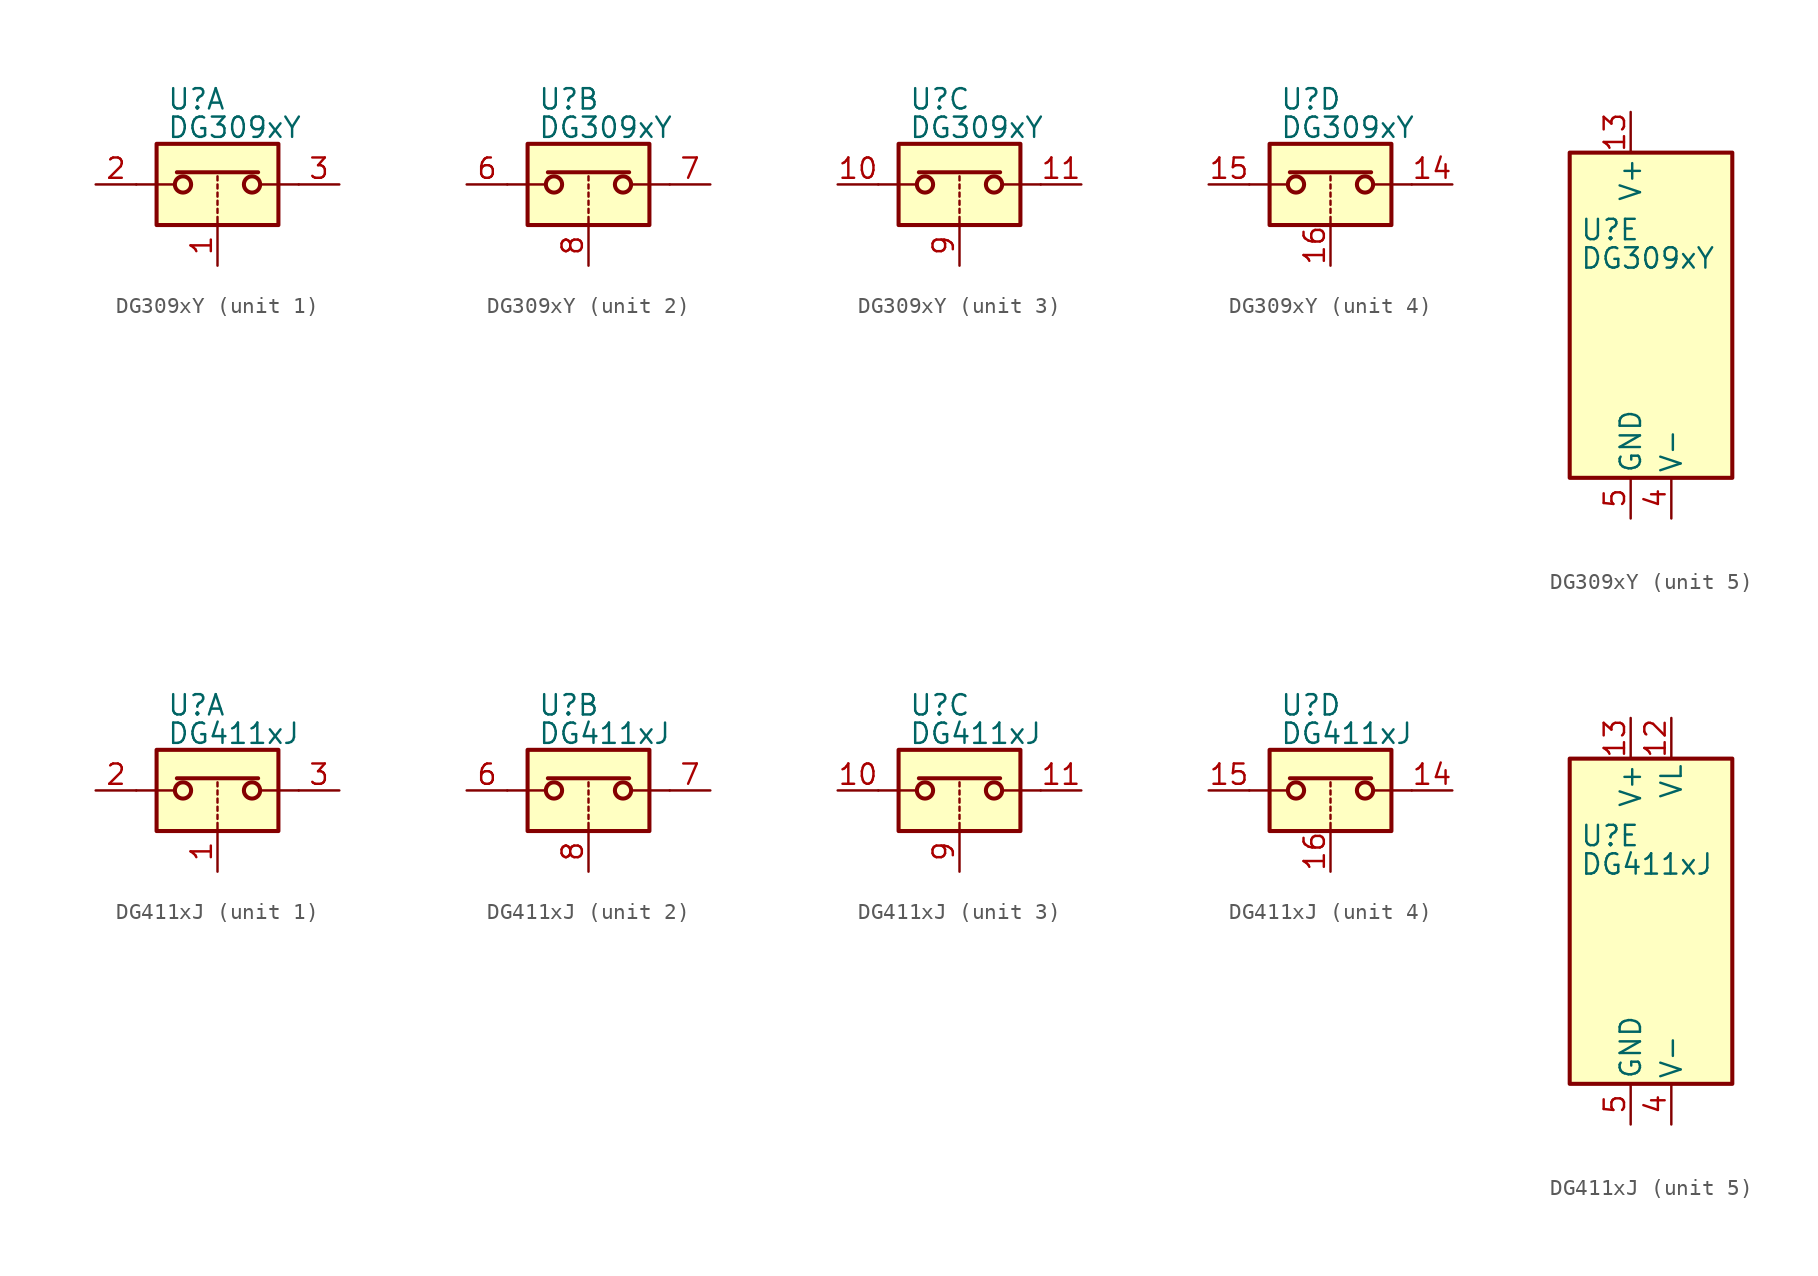
<source format=kicad_sym>
(kicad_symbol_lib
  (version 20241209)
  (generator "kicad_symbol_editor")
  (generator_version "9.0")
  (symbol "DG309xY"
    (pin_names
      (offset 0.254))
    (property "Reference" "U"
      (at -3.175 5.334 0)
      (effects (font (size 1.27 1.27)) (justify left)))
    (property "Value" "DG309xY"
      (at -3.175 3.556 0)
      (effects (font (size 1.27 1.27)) (justify left)))
    (symbol "DG309xY_1_1"
      (polyline (pts (xy -5.08 0) (xy -2.794 0)) (stroke (width 0) (type default)) (fill (type none)))
      (rectangle (start -3.81 2.54) (end 3.81 -2.54) (stroke (width 0.254) (type default)) (fill (type background)))
      (polyline (pts (xy -2.54 0.762) (xy 2.54 0.762)) (stroke (width 0.254) (type default)) (fill (type none)))
      (circle (center -2.159 0) (radius 0.508) (stroke (width 0.254) (type default)) (fill (type none)))
      (polyline (pts (xy 0 0.254) (xy 0 0.508)) (stroke (width 0) (type default)) (fill (type none)))
      (polyline (pts (xy 0 -0.254) (xy 0 0)) (stroke (width 0) (type default)) (fill (type none)))
      (polyline (pts (xy 0 -0.762) (xy 0 -0.508)) (stroke (width 0) (type default)) (fill (type none)))
      (polyline (pts (xy 0 -1.27) (xy 0 -1.016)) (stroke (width 0) (type default)) (fill (type none)))
      (polyline (pts (xy 0 -1.778) (xy 0 -1.524)) (stroke (width 0) (type default)) (fill (type none)))
      (polyline (pts (xy 0 -2.54) (xy 0 -2.032)) (stroke (width 0) (type default)) (fill (type none)))
      (circle (center 2.159 0) (radius 0.508) (stroke (width 0.254) (type default)) (fill (type none)))
      (polyline (pts (xy 5.08 0) (xy 2.794 0)) (stroke (width 0) (type default)) (fill (type none)))
      (pin passive line (at -7.62 0 0) (length 2.54) (name "~" (effects (font (size 1.27 1.27)))) (number "2" (effects (font (size 1.27 1.27)))))
      (pin input line (at 0 -5.08 90) (length 2.54) (name "~" (effects (font (size 1.27 1.27)))) (number "1" (effects (font (size 1.27 1.27)))))
      (pin passive line (at 7.62 0 180) (length 2.54) (name "~" (effects (font (size 1.27 1.27)))) (number "3" (effects (font (size 1.27 1.27))))))
    (symbol "DG309xY_2_1"
      (polyline (pts (xy -5.08 0) (xy -2.794 0)) (stroke (width 0) (type default)) (fill (type none)))
      (rectangle (start -3.81 2.54) (end 3.81 -2.54) (stroke (width 0.254) (type default)) (fill (type background)))
      (polyline (pts (xy -2.54 0.762) (xy 2.54 0.762)) (stroke (width 0.254) (type default)) (fill (type none)))
      (circle (center -2.159 0) (radius 0.508) (stroke (width 0.254) (type default)) (fill (type none)))
      (polyline (pts (xy 0 0.254) (xy 0 0.508)) (stroke (width 0) (type default)) (fill (type none)))
      (polyline (pts (xy 0 -0.254) (xy 0 0)) (stroke (width 0) (type default)) (fill (type none)))
      (polyline (pts (xy 0 -0.762) (xy 0 -0.508)) (stroke (width 0) (type default)) (fill (type none)))
      (polyline (pts (xy 0 -1.27) (xy 0 -1.016)) (stroke (width 0) (type default)) (fill (type none)))
      (polyline (pts (xy 0 -1.778) (xy 0 -1.524)) (stroke (width 0) (type default)) (fill (type none)))
      (polyline (pts (xy 0 -2.54) (xy 0 -2.032)) (stroke (width 0) (type default)) (fill (type none)))
      (circle (center 2.159 0) (radius 0.508) (stroke (width 0.254) (type default)) (fill (type none)))
      (polyline (pts (xy 5.08 0) (xy 2.794 0)) (stroke (width 0) (type default)) (fill (type none)))
      (pin passive line (at -7.62 0 0) (length 2.54) (name "~" (effects (font (size 1.27 1.27)))) (number "6" (effects (font (size 1.27 1.27)))))
      (pin input line (at 0 -5.08 90) (length 2.54) (name "~" (effects (font (size 1.27 1.27)))) (number "8" (effects (font (size 1.27 1.27)))))
      (pin passive line (at 7.62 0 180) (length 2.54) (name "~" (effects (font (size 1.27 1.27)))) (number "7" (effects (font (size 1.27 1.27))))))
    (symbol "DG309xY_3_1"
      (polyline (pts (xy -5.08 0) (xy -2.794 0)) (stroke (width 0) (type default)) (fill (type none)))
      (rectangle (start -3.81 2.54) (end 3.81 -2.54) (stroke (width 0.254) (type default)) (fill (type background)))
      (polyline (pts (xy -2.54 0.762) (xy 2.54 0.762)) (stroke (width 0.254) (type default)) (fill (type none)))
      (circle (center -2.159 0) (radius 0.508) (stroke (width 0.254) (type default)) (fill (type none)))
      (polyline (pts (xy 0 0.254) (xy 0 0.508)) (stroke (width 0) (type default)) (fill (type none)))
      (polyline (pts (xy 0 -0.254) (xy 0 0)) (stroke (width 0) (type default)) (fill (type none)))
      (polyline (pts (xy 0 -0.762) (xy 0 -0.508)) (stroke (width 0) (type default)) (fill (type none)))
      (polyline (pts (xy 0 -1.27) (xy 0 -1.016)) (stroke (width 0) (type default)) (fill (type none)))
      (polyline (pts (xy 0 -1.778) (xy 0 -1.524)) (stroke (width 0) (type default)) (fill (type none)))
      (polyline (pts (xy 0 -2.54) (xy 0 -2.032)) (stroke (width 0) (type default)) (fill (type none)))
      (circle (center 2.159 0) (radius 0.508) (stroke (width 0.254) (type default)) (fill (type none)))
      (polyline (pts (xy 5.08 0) (xy 2.794 0)) (stroke (width 0) (type default)) (fill (type none)))
      (pin passive line (at -7.62 0 0) (length 2.54) (name "~" (effects (font (size 1.27 1.27)))) (number "10" (effects (font (size 1.27 1.27)))))
      (pin input line (at 0 -5.08 90) (length 2.54) (name "~" (effects (font (size 1.27 1.27)))) (number "9" (effects (font (size 1.27 1.27)))))
      (pin passive line (at 7.62 0 180) (length 2.54) (name "~" (effects (font (size 1.27 1.27)))) (number "11" (effects (font (size 1.27 1.27))))))
    (symbol "DG309xY_4_1"
      (polyline (pts (xy -5.08 0) (xy -2.794 0)) (stroke (width 0) (type default)) (fill (type none)))
      (rectangle (start -3.81 2.54) (end 3.81 -2.54) (stroke (width 0.254) (type default)) (fill (type background)))
      (polyline (pts (xy -2.54 0.762) (xy 2.54 0.762)) (stroke (width 0.254) (type default)) (fill (type none)))
      (circle (center -2.159 0) (radius 0.508) (stroke (width 0.254) (type default)) (fill (type none)))
      (polyline (pts (xy 0 0.254) (xy 0 0.508)) (stroke (width 0) (type default)) (fill (type none)))
      (polyline (pts (xy 0 -0.254) (xy 0 0)) (stroke (width 0) (type default)) (fill (type none)))
      (polyline (pts (xy 0 -0.762) (xy 0 -0.508)) (stroke (width 0) (type default)) (fill (type none)))
      (polyline (pts (xy 0 -1.27) (xy 0 -1.016)) (stroke (width 0) (type default)) (fill (type none)))
      (polyline (pts (xy 0 -1.778) (xy 0 -1.524)) (stroke (width 0) (type default)) (fill (type none)))
      (polyline (pts (xy 0 -2.54) (xy 0 -2.032)) (stroke (width 0) (type default)) (fill (type none)))
      (circle (center 2.159 0) (radius 0.508) (stroke (width 0.254) (type default)) (fill (type none)))
      (polyline (pts (xy 5.08 0) (xy 2.794 0)) (stroke (width 0) (type default)) (fill (type none)))
      (pin passive line (at -7.62 0 0) (length 2.54) (name "~" (effects (font (size 1.27 1.27)))) (number "15" (effects (font (size 1.27 1.27)))))
      (pin input line (at 0 -5.08 90) (length 2.54) (name "~" (effects (font (size 1.27 1.27)))) (number "16" (effects (font (size 1.27 1.27)))))
      (pin passive line (at 7.62 0 180) (length 2.54) (name "~" (effects (font (size 1.27 1.27)))) (number "14" (effects (font (size 1.27 1.27))))))
    (symbol "DG309xY_5_0"
      (pin power_in line (at 0 12.7 270) (length 2.54) (name "V+" (effects (font (size 1.27 1.27)))) (number "13" (effects (font (size 1.27 1.27)))))
      (pin power_in line (at 0 -12.7 90) (length 2.54) (name "GND" (effects (font (size 1.27 1.27)))) (number "5" (effects (font (size 1.27 1.27)))))
      (pin no_connect line (at 2.54 10.16 270) (length 2.54) (hide yes) (name "NC" (effects (font (size 1.27 1.27)))) (number "12" (effects (font (size 1.27 1.27)))))
      (pin power_in line (at 2.54 -12.7 90) (length 2.54) (name "V-" (effects (font (size 1.27 1.27)))) (number "4" (effects (font (size 1.27 1.27))))))
    (symbol "DG309xY_5_1"
      (rectangle (start -3.81 10.16) (end 6.35 -10.16) (stroke (width 0.254) (type default)) (fill (type background)))))
  (symbol "DG411xJ"
    (pin_names
      (offset 0.254))
    (property "Reference" "U"
      (at -3.175 5.334 0)
      (effects (font (size 1.27 1.27)) (justify left)))
    (property "Value" "DG411xJ"
      (at -3.175 3.556 0)
      (effects (font (size 1.27 1.27)) (justify left)))
    (symbol "DG411xJ_1_1"
      (polyline (pts (xy -5.08 0) (xy -2.794 0)) (stroke (width 0) (type default)) (fill (type none)))
      (rectangle (start -3.81 2.54) (end 3.81 -2.54) (stroke (width 0.254) (type default)) (fill (type background)))
      (polyline (pts (xy -2.54 0.762) (xy 2.54 0.762)) (stroke (width 0.254) (type default)) (fill (type none)))
      (circle (center -2.159 0) (radius 0.508) (stroke (width 0.254) (type default)) (fill (type none)))
      (polyline (pts (xy 0 0.254) (xy 0 0.508)) (stroke (width 0) (type default)) (fill (type none)))
      (polyline (pts (xy 0 -0.254) (xy 0 0)) (stroke (width 0) (type default)) (fill (type none)))
      (polyline (pts (xy 0 -0.762) (xy 0 -0.508)) (stroke (width 0) (type default)) (fill (type none)))
      (polyline (pts (xy 0 -1.27) (xy 0 -1.016)) (stroke (width 0) (type default)) (fill (type none)))
      (polyline (pts (xy 0 -1.778) (xy 0 -1.524)) (stroke (width 0) (type default)) (fill (type none)))
      (polyline (pts (xy 0 -2.54) (xy 0 -2.032)) (stroke (width 0) (type default)) (fill (type none)))
      (circle (center 2.159 0) (radius 0.508) (stroke (width 0.254) (type default)) (fill (type none)))
      (polyline (pts (xy 5.08 0) (xy 2.794 0)) (stroke (width 0) (type default)) (fill (type none)))
      (pin passive line (at -7.62 0 0) (length 2.54) (name "~" (effects (font (size 1.27 1.27)))) (number "2" (effects (font (size 1.27 1.27)))))
      (pin input line (at 0 -5.08 90) (length 2.54) (name "~" (effects (font (size 1.27 1.27)))) (number "1" (effects (font (size 1.27 1.27)))))
      (pin passive line (at 7.62 0 180) (length 2.54) (name "~" (effects (font (size 1.27 1.27)))) (number "3" (effects (font (size 1.27 1.27))))))
    (symbol "DG411xJ_2_1"
      (polyline (pts (xy -5.08 0) (xy -2.794 0)) (stroke (width 0) (type default)) (fill (type none)))
      (rectangle (start -3.81 2.54) (end 3.81 -2.54) (stroke (width 0.254) (type default)) (fill (type background)))
      (polyline (pts (xy -2.54 0.762) (xy 2.54 0.762)) (stroke (width 0.254) (type default)) (fill (type none)))
      (circle (center -2.159 0) (radius 0.508) (stroke (width 0.254) (type default)) (fill (type none)))
      (polyline (pts (xy 0 0.254) (xy 0 0.508)) (stroke (width 0) (type default)) (fill (type none)))
      (polyline (pts (xy 0 -0.254) (xy 0 0)) (stroke (width 0) (type default)) (fill (type none)))
      (polyline (pts (xy 0 -0.762) (xy 0 -0.508)) (stroke (width 0) (type default)) (fill (type none)))
      (polyline (pts (xy 0 -1.27) (xy 0 -1.016)) (stroke (width 0) (type default)) (fill (type none)))
      (polyline (pts (xy 0 -1.778) (xy 0 -1.524)) (stroke (width 0) (type default)) (fill (type none)))
      (polyline (pts (xy 0 -2.54) (xy 0 -2.032)) (stroke (width 0) (type default)) (fill (type none)))
      (circle (center 2.159 0) (radius 0.508) (stroke (width 0.254) (type default)) (fill (type none)))
      (polyline (pts (xy 5.08 0) (xy 2.794 0)) (stroke (width 0) (type default)) (fill (type none)))
      (pin passive line (at -7.62 0 0) (length 2.54) (name "~" (effects (font (size 1.27 1.27)))) (number "6" (effects (font (size 1.27 1.27)))))
      (pin input line (at 0 -5.08 90) (length 2.54) (name "~" (effects (font (size 1.27 1.27)))) (number "8" (effects (font (size 1.27 1.27)))))
      (pin passive line (at 7.62 0 180) (length 2.54) (name "~" (effects (font (size 1.27 1.27)))) (number "7" (effects (font (size 1.27 1.27))))))
    (symbol "DG411xJ_3_1"
      (polyline (pts (xy -5.08 0) (xy -2.794 0)) (stroke (width 0) (type default)) (fill (type none)))
      (rectangle (start -3.81 2.54) (end 3.81 -2.54) (stroke (width 0.254) (type default)) (fill (type background)))
      (polyline (pts (xy -2.54 0.762) (xy 2.54 0.762)) (stroke (width 0.254) (type default)) (fill (type none)))
      (circle (center -2.159 0) (radius 0.508) (stroke (width 0.254) (type default)) (fill (type none)))
      (polyline (pts (xy 0 0.254) (xy 0 0.508)) (stroke (width 0) (type default)) (fill (type none)))
      (polyline (pts (xy 0 -0.254) (xy 0 0)) (stroke (width 0) (type default)) (fill (type none)))
      (polyline (pts (xy 0 -0.762) (xy 0 -0.508)) (stroke (width 0) (type default)) (fill (type none)))
      (polyline (pts (xy 0 -1.27) (xy 0 -1.016)) (stroke (width 0) (type default)) (fill (type none)))
      (polyline (pts (xy 0 -1.778) (xy 0 -1.524)) (stroke (width 0) (type default)) (fill (type none)))
      (polyline (pts (xy 0 -2.54) (xy 0 -2.032)) (stroke (width 0) (type default)) (fill (type none)))
      (circle (center 2.159 0) (radius 0.508) (stroke (width 0.254) (type default)) (fill (type none)))
      (polyline (pts (xy 5.08 0) (xy 2.794 0)) (stroke (width 0) (type default)) (fill (type none)))
      (pin passive line (at -7.62 0 0) (length 2.54) (name "~" (effects (font (size 1.27 1.27)))) (number "10" (effects (font (size 1.27 1.27)))))
      (pin input line (at 0 -5.08 90) (length 2.54) (name "~" (effects (font (size 1.27 1.27)))) (number "9" (effects (font (size 1.27 1.27)))))
      (pin passive line (at 7.62 0 180) (length 2.54) (name "~" (effects (font (size 1.27 1.27)))) (number "11" (effects (font (size 1.27 1.27))))))
    (symbol "DG411xJ_4_1"
      (polyline (pts (xy -5.08 0) (xy -2.794 0)) (stroke (width 0) (type default)) (fill (type none)))
      (rectangle (start -3.81 2.54) (end 3.81 -2.54) (stroke (width 0.254) (type default)) (fill (type background)))
      (polyline (pts (xy -2.54 0.762) (xy 2.54 0.762)) (stroke (width 0.254) (type default)) (fill (type none)))
      (circle (center -2.159 0) (radius 0.508) (stroke (width 0.254) (type default)) (fill (type none)))
      (polyline (pts (xy 0 0.254) (xy 0 0.508)) (stroke (width 0) (type default)) (fill (type none)))
      (polyline (pts (xy 0 -0.254) (xy 0 0)) (stroke (width 0) (type default)) (fill (type none)))
      (polyline (pts (xy 0 -0.762) (xy 0 -0.508)) (stroke (width 0) (type default)) (fill (type none)))
      (polyline (pts (xy 0 -1.27) (xy 0 -1.016)) (stroke (width 0) (type default)) (fill (type none)))
      (polyline (pts (xy 0 -1.778) (xy 0 -1.524)) (stroke (width 0) (type default)) (fill (type none)))
      (polyline (pts (xy 0 -2.54) (xy 0 -2.032)) (stroke (width 0) (type default)) (fill (type none)))
      (circle (center 2.159 0) (radius 0.508) (stroke (width 0.254) (type default)) (fill (type none)))
      (polyline (pts (xy 5.08 0) (xy 2.794 0)) (stroke (width 0) (type default)) (fill (type none)))
      (pin passive line (at -7.62 0 0) (length 2.54) (name "~" (effects (font (size 1.27 1.27)))) (number "15" (effects (font (size 1.27 1.27)))))
      (pin input line (at 0 -5.08 90) (length 2.54) (name "~" (effects (font (size 1.27 1.27)))) (number "16" (effects (font (size 1.27 1.27)))))
      (pin passive line (at 7.62 0 180) (length 2.54) (name "~" (effects (font (size 1.27 1.27)))) (number "14" (effects (font (size 1.27 1.27))))))
    (symbol "DG411xJ_5_0"
      (pin power_in line (at 0 12.7 270) (length 2.54) (name "V+" (effects (font (size 1.27 1.27)))) (number "13" (effects (font (size 1.27 1.27)))))
      (pin power_in line (at 0 -12.7 90) (length 2.54) (name "GND" (effects (font (size 1.27 1.27)))) (number "5" (effects (font (size 1.27 1.27)))))
      (pin power_in line (at 2.54 12.7 270) (length 2.54) (name "VL" (effects (font (size 1.27 1.27)))) (number "12" (effects (font (size 1.27 1.27)))))
      (pin power_in line (at 2.54 -12.7 90) (length 2.54) (name "V-" (effects (font (size 1.27 1.27)))) (number "4" (effects (font (size 1.27 1.27))))))
    (symbol "DG411xJ_5_1"
      (rectangle (start -3.81 10.16) (end 6.35 -10.16) (stroke (width 0.254) (type default)) (fill (type background))))))
</source>
